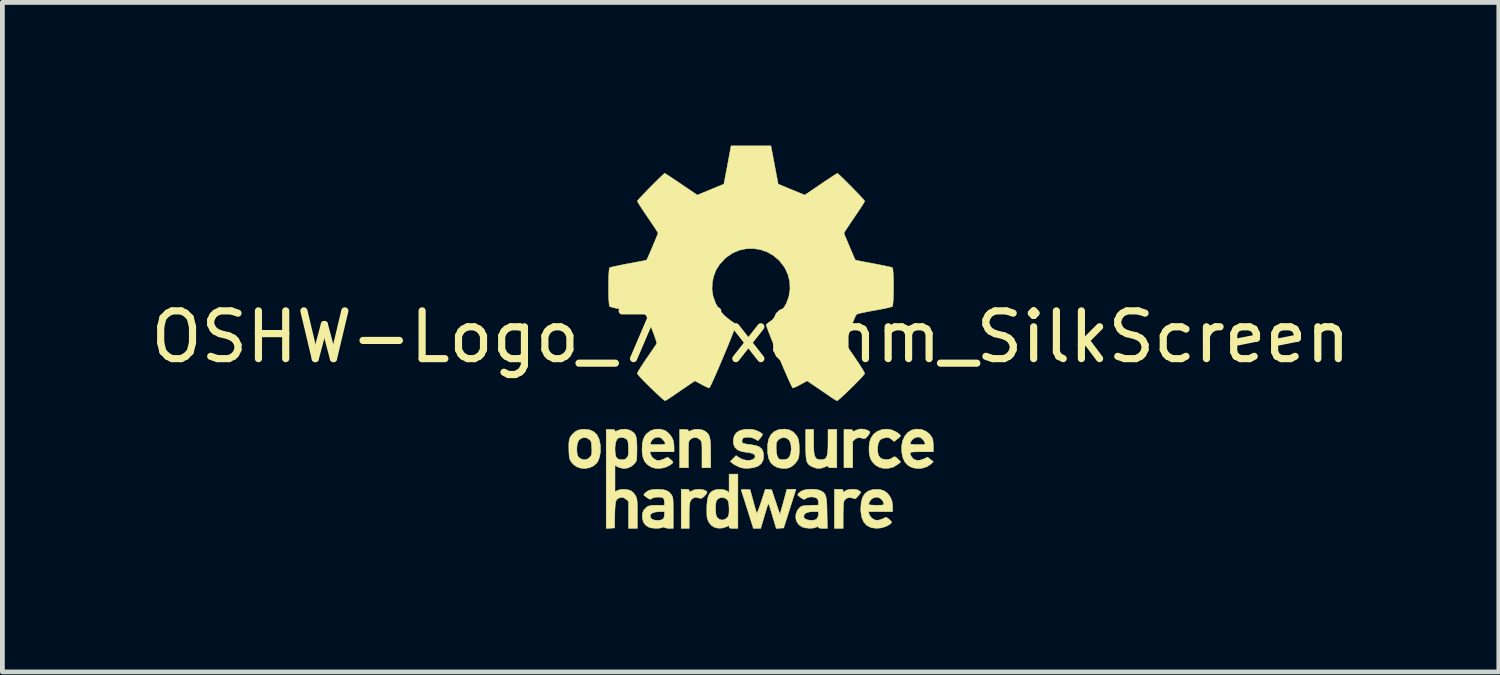
<source format=kicad_pcb>
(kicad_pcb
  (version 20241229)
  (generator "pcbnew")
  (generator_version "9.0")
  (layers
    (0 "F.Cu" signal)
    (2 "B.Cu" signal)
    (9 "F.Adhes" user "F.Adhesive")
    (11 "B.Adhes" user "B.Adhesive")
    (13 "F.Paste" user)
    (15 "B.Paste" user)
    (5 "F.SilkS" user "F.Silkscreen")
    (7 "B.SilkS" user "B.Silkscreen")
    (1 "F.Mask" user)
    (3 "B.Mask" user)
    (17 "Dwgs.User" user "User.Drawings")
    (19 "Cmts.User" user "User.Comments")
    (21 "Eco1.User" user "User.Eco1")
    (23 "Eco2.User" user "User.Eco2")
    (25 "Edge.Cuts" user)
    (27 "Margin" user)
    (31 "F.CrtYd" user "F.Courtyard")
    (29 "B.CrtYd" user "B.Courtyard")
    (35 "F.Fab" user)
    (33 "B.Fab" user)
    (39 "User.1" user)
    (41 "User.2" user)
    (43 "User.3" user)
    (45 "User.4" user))
  (footprint "OSHW-Logo_7.5x8mm_SilkScreen"
    (layer "F.Cu")
    (at 12.673 4.007)
    (property "Reference" "OSHW-Logo_7.5x8mm_SilkScreen" (at 0 0 0) (layer "F.SilkS") (effects (font (size 1 1) (thickness 0.15))))
    (attr board_only exclude_from_pos_files exclude_from_bom allow_missing_courtyard)
    (fp_poly (pts (xy 2.391 1.938) (xy 2.449 1.955) (xy 2.486 1.977) (xy 2.498 1.995) (xy 2.495 2.016) (xy 2.473 2.048) (xy 2.455 2.072) (xy 2.417 2.113) (xy 2.389 2.131) (xy 2.365 2.13) (xy 2.294 2.112) (xy 2.241 2.113) (xy 2.199 2.133) (xy 2.185 2.145) (xy 2.139 2.187) (xy 2.139 2.741) (xy 1.955 2.741) (xy 1.955 1.938) (xy 2.047 1.938) (xy 2.102 1.941) (xy 2.131 1.948) (xy 2.139 1.963) (xy 2.139 1.964) (xy 2.143 1.98) (xy 2.16 1.978) (xy 2.185 1.966) (xy 2.235 1.945) (xy 2.276 1.932) (xy 2.329 1.929) (xy 2.391 1.938)) (stroke (width 0.01) (type solid)) (fill yes) (layer "F.SilkS"))
    (fp_poly (pts (xy 2.173 3.191) (xy 2.237 3.204) (xy 2.274 3.223) (xy 2.312 3.254) (xy 2.258 3.323) (xy 2.224 3.365) (xy 2.201 3.385) (xy 2.178 3.389) (xy 2.145 3.378) (xy 2.129 3.373) (xy 2.066 3.364) (xy 2.007 3.382) (xy 1.964 3.423) (xy 1.957 3.436) (xy 1.95 3.47) (xy 1.944 3.533) (xy 1.94 3.621) (xy 1.938 3.729) (xy 1.938 3.744) (xy 1.938 4.011) (xy 1.755 4.011) (xy 1.755 3.192) (xy 1.847 3.192) (xy 1.9 3.193) (xy 1.927 3.199) (xy 1.937 3.213) (xy 1.938 3.226) (xy 1.938 3.261) (xy 1.982 3.226) (xy 2.033 3.203) (xy 2.101 3.191) (xy 2.173 3.191)) (stroke (width 0.01) (type solid)) (fill yes) (layer "F.SilkS"))
    (fp_poly (pts (xy -1.32 3.193) (xy -1.295 3.201) (xy -1.287 3.217) (xy -1.287 3.225) (xy -1.285 3.246) (xy -1.275 3.249) (xy -1.248 3.235) (xy -1.232 3.225) (xy -1.182 3.204) (xy -1.122 3.194) (xy -1.059 3.193) (xy -0.999 3.201) (xy -0.951 3.216) (xy -0.92 3.237) (xy -0.914 3.264) (xy -0.917 3.272) (xy -0.94 3.302) (xy -0.974 3.339) (xy -0.98 3.345) (xy -1.013 3.373) (xy -1.042 3.382) (xy -1.081 3.376) (xy -1.097 3.371) (xy -1.146 3.361) (xy -1.181 3.366) (xy -1.211 3.382) (xy -1.237 3.403) (xy -1.257 3.43) (xy -1.271 3.467) (xy -1.28 3.52) (xy -1.285 3.593) (xy -1.287 3.693) (xy -1.287 3.753) (xy -1.287 4.011) (xy -1.454 4.011) (xy -1.454 3.192) (xy -1.37 3.192) (xy -1.32 3.193)) (stroke (width 0.01) (type solid)) (fill yes) (layer "F.SilkS"))
    (fp_poly (pts (xy 1.32 2.199) (xy 1.322 2.321) (xy 1.327 2.414) (xy 1.339 2.482) (xy 1.358 2.527) (xy 1.385 2.555) (xy 1.423 2.569) (xy 1.471 2.572) (xy 1.52 2.568) (xy 1.557 2.554) (xy 1.584 2.525) (xy 1.603 2.479) (xy 1.614 2.41) (xy 1.62 2.316) (xy 1.621 2.199) (xy 1.621 1.938) (xy 1.805 1.938) (xy 1.805 2.741) (xy 1.713 2.741) (xy 1.657 2.738) (xy 1.629 2.73) (xy 1.621 2.715) (xy 1.616 2.702) (xy 1.597 2.705) (xy 1.559 2.724) (xy 1.47 2.753) (xy 1.377 2.751) (xy 1.287 2.719) (xy 1.244 2.694) (xy 1.212 2.667) (xy 1.188 2.633) (xy 1.171 2.588) (xy 1.161 2.526) (xy 1.156 2.444) (xy 1.153 2.336) (xy 1.153 2.252) (xy 1.153 1.938) (xy 1.32 1.938) (xy 1.32 2.199)) (stroke (width 0.01) (type solid)) (fill yes) (layer "F.SilkS"))
    (fp_poly (pts (xy -1.002 1.952) (xy -0.96 1.972) (xy -0.92 2.001) (xy -0.889 2.034) (xy -0.867 2.076) (xy -0.852 2.132) (xy -0.842 2.207) (xy -0.838 2.305) (xy -0.836 2.431) (xy -0.836 2.444) (xy -0.836 2.741) (xy -1.019 2.741) (xy -1.019 2.467) (xy -1.019 2.366) (xy -1.02 2.292) (xy -1.023 2.241) (xy -1.028 2.207) (xy -1.035 2.184) (xy -1.047 2.167) (xy -1.063 2.15) (xy -1.12 2.113) (xy -1.183 2.106) (xy -1.242 2.129) (xy -1.262 2.147) (xy -1.278 2.163) (xy -1.288 2.18) (xy -1.296 2.204) (xy -1.3 2.24) (xy -1.302 2.294) (xy -1.303 2.371) (xy -1.303 2.464) (xy -1.303 2.741) (xy -1.487 2.741) (xy -1.487 1.938) (xy -1.395 1.938) (xy -1.34 1.941) (xy -1.312 1.948) (xy -1.303 1.963) (xy -1.303 1.964) (xy -1.3 1.979) (xy -1.283 1.977) (xy -1.249 1.961) (xy -1.173 1.937) (xy -1.086 1.934) (xy -1.002 1.952)) (stroke (width 0.01) (type solid)) (fill yes) (layer "F.SilkS"))
    (fp_poly (pts (xy 2.947 1.945) (xy 3.043 1.987) (xy 3.074 2.007) (xy 3.113 2.037) (xy 3.137 2.062) (xy 3.142 2.069) (xy 3.13 2.087) (xy 3.099 2.117) (xy 3.074 2.137) (xy 3.007 2.191) (xy 2.954 2.147) (xy 2.913 2.118) (xy 2.873 2.108) (xy 2.827 2.11) (xy 2.754 2.128) (xy 2.704 2.166) (xy 2.674 2.227) (xy 2.66 2.314) (xy 2.66 2.314) (xy 2.661 2.412) (xy 2.68 2.484) (xy 2.717 2.533) (xy 2.742 2.549) (xy 2.809 2.57) (xy 2.881 2.57) (xy 2.943 2.55) (xy 2.958 2.54) (xy 2.995 2.515) (xy 3.024 2.511) (xy 3.055 2.53) (xy 3.089 2.563) (xy 3.144 2.619) (xy 3.083 2.669) (xy 2.99 2.726) (xy 2.884 2.753) (xy 2.774 2.751) (xy 2.701 2.733) (xy 2.617 2.687) (xy 2.549 2.616) (xy 2.518 2.565) (xy 2.493 2.492) (xy 2.481 2.401) (xy 2.481 2.301) (xy 2.493 2.205) (xy 2.517 2.125) (xy 2.521 2.117) (xy 2.578 2.036) (xy 2.655 1.978) (xy 2.746 1.942) (xy 2.846 1.931) (xy 2.947 1.945)) (stroke (width 0.01) (type solid)) (fill yes) (layer "F.SilkS"))
    (fp_poly (pts (xy 0.812 1.948) (xy 0.896 1.994) (xy 0.962 2.067) (xy 0.993 2.126) (xy 1.007 2.178) (xy 1.016 2.253) (xy 1.019 2.338) (xy 1.018 2.425) (xy 1.011 2.5) (xy 1.003 2.541) (xy 0.975 2.596) (xy 0.928 2.655) (xy 0.871 2.706) (xy 0.815 2.739) (xy 0.814 2.74) (xy 0.744 2.754) (xy 0.661 2.754) (xy 0.582 2.741) (xy 0.552 2.731) (xy 0.473 2.686) (xy 0.417 2.628) (xy 0.38 2.551) (xy 0.36 2.45) (xy 0.355 2.397) (xy 0.356 2.331) (xy 0.535 2.331) (xy 0.541 2.428) (xy 0.558 2.502) (xy 0.586 2.549) (xy 0.605 2.562) (xy 0.656 2.572) (xy 0.716 2.569) (xy 0.767 2.555) (xy 0.781 2.548) (xy 0.817 2.504) (xy 0.84 2.438) (xy 0.851 2.357) (xy 0.846 2.271) (xy 0.835 2.218) (xy 0.803 2.158) (xy 0.753 2.12) (xy 0.693 2.107) (xy 0.631 2.121) (xy 0.584 2.154) (xy 0.559 2.182) (xy 0.544 2.209) (xy 0.537 2.246) (xy 0.535 2.303) (xy 0.535 2.331) (xy 0.356 2.331) (xy 0.356 2.256) (xy 0.379 2.14) (xy 0.424 2.05) (xy 0.49 1.985) (xy 0.579 1.945) (xy 0.597 1.941) (xy 0.711 1.93) (xy 0.812 1.948)) (stroke (width 0.01) (type solid)) (fill yes) (layer "F.SilkS"))
    (fp_poly (pts (xy 0.374 3.195) (xy 0.44 3.2) (xy 0.527 3.459) (xy 0.613 3.718) (xy 0.64 3.626) (xy 0.656 3.569) (xy 0.678 3.493) (xy 0.701 3.408) (xy 0.713 3.363) (xy 0.759 3.192) (xy 0.949 3.192) (xy 0.893 3.371) (xy 0.865 3.46) (xy 0.831 3.566) (xy 0.796 3.677) (xy 0.764 3.777) (xy 0.692 4.002) (xy 0.537 4.012) (xy 0.495 3.874) (xy 0.469 3.787) (xy 0.441 3.692) (xy 0.416 3.608) (xy 0.415 3.605) (xy 0.397 3.548) (xy 0.381 3.509) (xy 0.369 3.495) (xy 0.367 3.496) (xy 0.359 3.519) (xy 0.343 3.568) (xy 0.322 3.637) (xy 0.297 3.719) (xy 0.284 3.764) (xy 0.211 4.011) (xy 0.057 4.011) (xy -0.065 3.622) (xy -0.1 3.513) (xy -0.131 3.414) (xy -0.158 3.33) (xy -0.179 3.265) (xy -0.193 3.224) (xy -0.197 3.212) (xy -0.193 3.199) (xy -0.168 3.194) (xy -0.116 3.195) (xy -0.108 3.195) (xy -0.011 3.2) (xy 0.053 3.434) (xy 0.076 3.519) (xy 0.097 3.594) (xy 0.114 3.653) (xy 0.124 3.687) (xy 0.126 3.693) (xy 0.134 3.686) (xy 0.15 3.653) (xy 0.173 3.596) (xy 0.199 3.522) (xy 0.222 3.454) (xy 0.308 3.19) (xy 0.374 3.195)) (stroke (width 0.01) (type solid)) (fill yes) (layer "F.SilkS"))
    (fp_poly (pts (xy -3.373 1.947) (xy -3.286 1.986) (xy -3.219 2.05) (xy -3.174 2.141) (xy -3.149 2.257) (xy -3.148 2.276) (xy -3.146 2.404) (xy -3.164 2.516) (xy -3.2 2.608) (xy -3.22 2.637) (xy -3.287 2.699) (xy -3.372 2.739) (xy -3.468 2.756) (xy -3.566 2.748) (xy -3.64 2.721) (xy -3.704 2.677) (xy -3.756 2.62) (xy -3.757 2.618) (xy -3.778 2.583) (xy -3.792 2.547) (xy -3.8 2.502) (xy -3.805 2.438) (xy -3.807 2.385) (xy -3.808 2.338) (xy -3.641 2.338) (xy -3.64 2.385) (xy -3.634 2.448) (xy -3.623 2.488) (xy -3.604 2.517) (xy -3.587 2.534) (xy -3.524 2.569) (xy -3.459 2.574) (xy -3.398 2.548) (xy -3.367 2.52) (xy -3.345 2.492) (xy -3.332 2.464) (xy -3.327 2.429) (xy -3.326 2.376) (xy -3.328 2.327) (xy -3.332 2.256) (xy -3.338 2.211) (xy -3.348 2.181) (xy -3.366 2.159) (xy -3.381 2.146) (xy -3.44 2.112) (xy -3.505 2.11) (xy -3.559 2.13) (xy -3.605 2.172) (xy -3.632 2.241) (xy -3.641 2.338) (xy -3.808 2.338) (xy -3.809 2.281) (xy -3.806 2.203) (xy -3.796 2.145) (xy -3.778 2.099) (xy -3.75 2.058) (xy -3.74 2.046) (xy -3.676 1.985) (xy -3.607 1.95) (xy -3.523 1.935) (xy -3.482 1.934) (xy -3.373 1.947)) (stroke (width 0.01) (type solid)) (fill yes) (layer "F.SilkS"))
    (fp_poly (pts (xy -0.267 4.011) (xy -0.359 4.011) (xy -0.413 4.009) (xy -0.44 4.002) (xy -0.45 3.988) (xy -0.451 3.979) (xy -0.453 3.96) (xy -0.464 3.956) (xy -0.491 3.968) (xy -0.513 3.979) (xy -0.597 4.005) (xy -0.687 4.006) (xy -0.761 3.987) (xy -0.83 3.94) (xy -0.882 3.871) (xy -0.911 3.789) (xy -0.912 3.785) (xy -0.916 3.735) (xy -0.918 3.664) (xy -0.918 3.61) (xy -0.735 3.61) (xy -0.731 3.681) (xy -0.721 3.741) (xy -0.708 3.774) (xy -0.659 3.82) (xy -0.601 3.836) (xy -0.54 3.823) (xy -0.489 3.783) (xy -0.469 3.757) (xy -0.458 3.725) (xy -0.453 3.679) (xy -0.451 3.609) (xy -0.454 3.54) (xy -0.46 3.48) (xy -0.469 3.44) (xy -0.47 3.436) (xy -0.506 3.393) (xy -0.558 3.369) (xy -0.616 3.365) (xy -0.67 3.382) (xy -0.71 3.419) (xy -0.714 3.426) (xy -0.727 3.471) (xy -0.734 3.536) (xy -0.735 3.61) (xy -0.918 3.61) (xy -0.918 3.582) (xy -0.917 3.538) (xy -0.908 3.43) (xy -0.891 3.349) (xy -0.863 3.288) (xy -0.821 3.244) (xy -0.78 3.217) (xy -0.723 3.199) (xy -0.653 3.193) (xy -0.58 3.198) (xy -0.518 3.214) (xy -0.485 3.233) (xy -0.451 3.264) (xy -0.451 2.874) (xy -0.267 2.874) (xy -0.267 4.011)) (stroke (width 0.01) (type solid)) (fill yes) (layer "F.SilkS"))
    (fp_poly (pts (xy 3.559 1.936) (xy 3.602 1.946) (xy 3.684 1.984) (xy 3.754 2.042) (xy 3.802 2.112) (xy 3.809 2.128) (xy 3.818 2.168) (xy 3.825 2.229) (xy 3.827 2.29) (xy 3.827 2.406) (xy 3.584 2.406) (xy 3.484 2.407) (xy 3.414 2.409) (xy 3.369 2.415) (xy 3.346 2.426) (xy 3.341 2.445) (xy 3.35 2.472) (xy 3.366 2.504) (xy 3.41 2.558) (xy 3.472 2.584) (xy 3.547 2.583) (xy 3.632 2.554) (xy 3.706 2.519) (xy 3.767 2.567) (xy 3.828 2.615) (xy 3.77 2.668) (xy 3.694 2.718) (xy 3.599 2.749) (xy 3.498 2.757) (xy 3.4 2.742) (xy 3.384 2.737) (xy 3.298 2.692) (xy 3.234 2.625) (xy 3.19 2.533) (xy 3.166 2.416) (xy 3.166 2.414) (xy 3.164 2.286) (xy 3.172 2.24) (xy 3.342 2.24) (xy 3.358 2.247) (xy 3.4 2.252) (xy 3.462 2.255) (xy 3.502 2.256) (xy 3.576 2.256) (xy 3.622 2.254) (xy 3.646 2.249) (xy 3.654 2.24) (xy 3.652 2.224) (xy 3.65 2.218) (xy 3.621 2.163) (xy 3.574 2.118) (xy 3.532 2.098) (xy 3.477 2.099) (xy 3.421 2.124) (xy 3.374 2.165) (xy 3.346 2.214) (xy 3.342 2.24) (xy 3.172 2.24) (xy 3.185 2.173) (xy 3.228 2.079) (xy 3.289 2.005) (xy 3.366 1.955) (xy 3.457 1.931) (xy 3.559 1.936)) (stroke (width 0.01) (type solid)) (fill yes) (layer "F.SilkS"))
    (fp_poly (pts (xy 0.019 1.936) (xy 0.082 1.948) (xy 0.148 1.973) (xy 0.155 1.976) (xy 0.204 2.002) (xy 0.239 2.026) (xy 0.25 2.042) (xy 0.239 2.067) (xy 0.214 2.105) (xy 0.202 2.119) (xy 0.155 2.174) (xy 0.094 2.138) (xy 0.036 2.114) (xy -0.03 2.101) (xy -0.095 2.101) (xy -0.144 2.113) (xy -0.156 2.12) (xy -0.179 2.154) (xy -0.182 2.194) (xy -0.165 2.225) (xy -0.155 2.231) (xy -0.124 2.238) (xy -0.072 2.247) (xy -0.006 2.255) (xy 0.006 2.257) (xy 0.11 2.275) (xy 0.186 2.306) (xy 0.237 2.352) (xy 0.265 2.416) (xy 0.273 2.495) (xy 0.261 2.585) (xy 0.222 2.655) (xy 0.156 2.707) (xy 0.062 2.739) (xy -0.042 2.752) (xy -0.127 2.752) (xy -0.195 2.74) (xy -0.242 2.724) (xy -0.302 2.696) (xy -0.356 2.664) (xy -0.376 2.65) (xy -0.426 2.609) (xy -0.305 2.486) (xy -0.236 2.532) (xy -0.168 2.566) (xy -0.094 2.584) (xy -0.023 2.586) (xy 0.037 2.572) (xy 0.08 2.543) (xy 0.093 2.518) (xy 0.091 2.479) (xy 0.057 2.449) (xy -0.009 2.428) (xy -0.081 2.418) (xy -0.192 2.4) (xy -0.275 2.365) (xy -0.33 2.313) (xy -0.359 2.243) (xy -0.363 2.16) (xy -0.343 2.073) (xy -0.298 2.007) (xy -0.228 1.962) (xy -0.131 1.938) (xy -0.06 1.933) (xy 0.019 1.936)) (stroke (width 0.01) (type solid)) (fill yes) (layer "F.SilkS"))
    (fp_poly (pts (xy 2.701 3.196) (xy 2.781 3.217) (xy 2.848 3.26) (xy 2.88 3.292) (xy 2.933 3.367) (xy 2.964 3.455) (xy 2.974 3.563) (xy 2.974 3.572) (xy 2.974 3.66) (xy 2.47 3.66) (xy 2.48 3.706) (xy 2.5 3.747) (xy 2.534 3.791) (xy 2.541 3.797) (xy 2.602 3.835) (xy 2.672 3.841) (xy 2.752 3.817) (xy 2.766 3.81) (xy 2.807 3.79) (xy 2.835 3.778) (xy 2.84 3.777) (xy 2.857 3.788) (xy 2.89 3.813) (xy 2.906 3.827) (xy 2.94 3.858) (xy 2.951 3.879) (xy 2.944 3.899) (xy 2.94 3.904) (xy 2.911 3.927) (xy 2.865 3.955) (xy 2.832 3.971) (xy 2.74 4) (xy 2.638 4.009) (xy 2.542 3.998) (xy 2.515 3.99) (xy 2.431 3.946) (xy 2.369 3.877) (xy 2.329 3.783) (xy 2.309 3.663) (xy 2.307 3.601) (xy 2.313 3.51) (xy 2.473 3.51) (xy 2.489 3.517) (xy 2.53 3.522) (xy 2.591 3.525) (xy 2.632 3.526) (xy 2.706 3.525) (xy 2.752 3.523) (xy 2.778 3.517) (xy 2.789 3.507) (xy 2.791 3.493) (xy 2.776 3.448) (xy 2.74 3.403) (xy 2.693 3.369) (xy 2.645 3.355) (xy 2.581 3.368) (xy 2.525 3.403) (xy 2.486 3.455) (xy 2.473 3.51) (xy 2.313 3.51) (xy 2.316 3.469) (xy 2.344 3.363) (xy 2.393 3.284) (xy 2.462 3.23) (xy 2.552 3.2) (xy 2.6 3.195) (xy 2.701 3.196)) (stroke (width 0.01) (type solid)) (fill yes) (layer "F.SilkS"))
    (fp_poly (pts (xy -1.803 1.957) (xy -1.786 1.965) (xy -1.729 2.007) (xy -1.674 2.069) (xy -1.634 2.137) (xy -1.622 2.168) (xy -1.611 2.223) (xy -1.605 2.291) (xy -1.604 2.319) (xy -1.604 2.406) (xy -2.109 2.406) (xy -2.098 2.452) (xy -2.072 2.507) (xy -2.026 2.554) (xy -1.971 2.584) (xy -1.936 2.59) (xy -1.888 2.583) (xy -1.832 2.563) (xy -1.812 2.555) (xy -1.741 2.519) (xy -1.68 2.565) (xy -1.645 2.597) (xy -1.627 2.623) (xy -1.626 2.63) (xy -1.643 2.649) (xy -1.679 2.677) (xy -1.712 2.698) (xy -1.802 2.738) (xy -1.902 2.755) (xy -2.001 2.751) (xy -2.08 2.727) (xy -2.162 2.675) (xy -2.22 2.607) (xy -2.256 2.519) (xy -2.273 2.407) (xy -2.274 2.356) (xy -2.269 2.239) (xy -2.268 2.236) (xy -2.101 2.236) (xy -2.096 2.247) (xy -2.077 2.253) (xy -2.038 2.255) (xy -1.973 2.256) (xy -1.948 2.256) (xy -1.872 2.255) (xy -1.824 2.252) (xy -1.798 2.245) (xy -1.788 2.235) (xy -1.788 2.231) (xy -1.799 2.204) (xy -1.825 2.166) (xy -1.836 2.153) (xy -1.878 2.115) (xy -1.922 2.1) (xy -1.945 2.099) (xy -2.009 2.114) (xy -2.062 2.156) (xy -2.096 2.216) (xy -2.097 2.218) (xy -2.101 2.236) (xy -2.268 2.236) (xy -2.249 2.147) (xy -2.214 2.073) (xy -2.171 2.021) (xy -2.092 1.964) (xy -1.999 1.934) (xy -1.9 1.931) (xy -1.803 1.957)) (stroke (width 0.01) (type solid)) (fill yes) (layer "F.SilkS"))
    (fp_poly (pts (xy 1.38 3.197) (xy 1.45 3.214) (xy 1.471 3.223) (xy 1.51 3.247) (xy 1.541 3.273) (xy 1.563 3.308) (xy 1.579 3.354) (xy 1.589 3.418) (xy 1.596 3.503) (xy 1.6 3.614) (xy 1.601 3.689) (xy 1.607 4.011) (xy 1.514 4.011) (xy 1.457 4.008) (xy 1.428 4) (xy 1.42 3.986) (xy 1.416 3.972) (xy 1.399 3.975) (xy 1.374 3.986) (xy 1.314 4.004) (xy 1.236 4.009) (xy 1.154 4.001) (xy 1.081 3.981) (xy 1.075 3.978) (xy 1.008 3.931) (xy 0.964 3.866) (xy 0.944 3.791) (xy 0.946 3.763) (xy 1.11 3.763) (xy 1.125 3.8) (xy 1.168 3.826) (xy 1.237 3.84) (xy 1.274 3.842) (xy 1.336 3.837) (xy 1.377 3.819) (xy 1.387 3.81) (xy 1.414 3.762) (xy 1.42 3.718) (xy 1.42 3.66) (xy 1.339 3.66) (xy 1.244 3.664) (xy 1.178 3.68) (xy 1.136 3.706) (xy 1.126 3.718) (xy 1.11 3.763) (xy 0.946 3.763) (xy 0.949 3.711) (xy 0.979 3.635) (xy 1.02 3.584) (xy 1.045 3.561) (xy 1.069 3.547) (xy 1.101 3.538) (xy 1.148 3.533) (xy 1.218 3.53) (xy 1.246 3.529) (xy 1.42 3.523) (xy 1.42 3.47) (xy 1.413 3.415) (xy 1.389 3.381) (xy 1.34 3.36) (xy 1.338 3.359) (xy 1.268 3.351) (xy 1.2 3.362) (xy 1.149 3.389) (xy 1.129 3.402) (xy 1.107 3.4) (xy 1.073 3.381) (xy 1.053 3.367) (xy 1.014 3.338) (xy 0.99 3.317) (xy 0.986 3.311) (xy 1.002 3.279) (xy 1.049 3.24) (xy 1.069 3.227) (xy 1.128 3.205) (xy 1.207 3.192) (xy 1.295 3.19) (xy 1.38 3.197)) (stroke (width 0.01) (type solid)) (fill yes) (layer "F.SilkS"))
    (fp_poly (pts (xy -1.84 3.198) (xy -1.761 3.219) (xy -1.701 3.257) (xy -1.659 3.307) (xy -1.646 3.328) (xy -1.636 3.35) (xy -1.629 3.379) (xy -1.625 3.419) (xy -1.622 3.475) (xy -1.621 3.554) (xy -1.621 3.659) (xy -1.621 3.687) (xy -1.621 4.011) (xy -1.701 4.011) (xy -1.752 4.007) (xy -1.79 3.998) (xy -1.8 3.992) (xy -1.826 3.983) (xy -1.852 3.992) (xy -1.896 4.004) (xy -1.959 4.009) (xy -2.029 4.007) (xy -2.093 3.998) (xy -2.131 3.987) (xy -2.203 3.94) (xy -2.248 3.876) (xy -2.269 3.79) (xy -2.269 3.788) (xy -2.267 3.75) (xy -2.106 3.75) (xy -2.091 3.793) (xy -2.068 3.817) (xy -2.022 3.836) (xy -1.961 3.843) (xy -1.899 3.84) (xy -1.849 3.825) (xy -1.835 3.816) (xy -1.811 3.773) (xy -1.805 3.724) (xy -1.805 3.66) (xy -1.897 3.66) (xy -1.985 3.666) (xy -2.052 3.686) (xy -2.093 3.715) (xy -2.106 3.75) (xy -2.267 3.75) (xy -2.265 3.694) (xy -2.234 3.62) (xy -2.175 3.564) (xy -2.167 3.559) (xy -2.133 3.542) (xy -2.09 3.532) (xy -2.03 3.527) (xy -1.959 3.526) (xy -1.805 3.526) (xy -1.805 3.461) (xy -1.811 3.411) (xy -1.828 3.377) (xy -1.83 3.375) (xy -1.867 3.361) (xy -1.923 3.355) (xy -1.986 3.358) (xy -2.04 3.369) (xy -2.073 3.385) (xy -2.091 3.398) (xy -2.109 3.4) (xy -2.135 3.39) (xy -2.174 3.363) (xy -2.232 3.318) (xy -2.238 3.314) (xy -2.235 3.299) (xy -2.212 3.273) (xy -2.177 3.244) (xy -2.139 3.22) (xy -2.127 3.214) (xy -2.083 3.203) (xy -2.019 3.195) (xy -1.947 3.192) (xy -1.943 3.192) (xy -1.84 3.198)) (stroke (width 0.01) (type solid)) (fill yes) (layer "F.SilkS"))
    (fp_poly (pts (xy -2.537 1.952) (xy -2.501 1.97) (xy -2.458 2) (xy -2.426 2.033) (xy -2.405 2.075) (xy -2.391 2.131) (xy -2.384 2.206) (xy -2.381 2.307) (xy -2.381 2.351) (xy -2.382 2.446) (xy -2.384 2.514) (xy -2.387 2.561) (xy -2.394 2.594) (xy -2.405 2.618) (xy -2.416 2.634) (xy -2.485 2.703) (xy -2.567 2.745) (xy -2.656 2.757) (xy -2.745 2.739) (xy -2.773 2.726) (xy -2.841 2.691) (xy -2.841 3.243) (xy -2.791 3.217) (xy -2.727 3.197) (xy -2.647 3.192) (xy -2.567 3.202) (xy -2.507 3.223) (xy -2.457 3.263) (xy -2.414 3.32) (xy -2.411 3.326) (xy -2.397 3.353) (xy -2.387 3.381) (xy -2.381 3.415) (xy -2.376 3.46) (xy -2.374 3.523) (xy -2.373 3.608) (xy -2.373 3.704) (xy -2.373 4.011) (xy -2.557 4.011) (xy -2.557 3.445) (xy -2.608 3.402) (xy -2.662 3.367) (xy -2.712 3.361) (xy -2.763 3.377) (xy -2.79 3.393) (xy -2.81 3.416) (xy -2.825 3.45) (xy -2.834 3.5) (xy -2.84 3.572) (xy -2.844 3.67) (xy -2.845 3.735) (xy -2.849 4.002) (xy -2.937 4.007) (xy -3.025 4.012) (xy -3.025 2.353) (xy -2.841 2.353) (xy -2.836 2.446) (xy -2.82 2.51) (xy -2.791 2.55) (xy -2.745 2.569) (xy -2.699 2.573) (xy -2.646 2.569) (xy -2.612 2.551) (xy -2.59 2.528) (xy -2.573 2.502) (xy -2.563 2.474) (xy -2.558 2.434) (xy -2.558 2.375) (xy -2.559 2.325) (xy -2.563 2.251) (xy -2.568 2.202) (xy -2.577 2.17) (xy -2.591 2.15) (xy -2.605 2.137) (xy -2.661 2.111) (xy -2.727 2.107) (xy -2.765 2.116) (xy -2.803 2.148) (xy -2.827 2.211) (xy -2.84 2.304) (xy -2.841 2.353) (xy -3.025 2.353) (xy -3.025 1.938) (xy -2.933 1.938) (xy -2.878 1.941) (xy -2.849 1.948) (xy -2.841 1.963) (xy -2.841 1.964) (xy -2.837 1.979) (xy -2.82 1.977) (xy -2.786 1.961) (xy -2.708 1.936) (xy -2.62 1.933) (xy -2.537 1.952)) (stroke (width 0.01) (type solid)) (fill yes) (layer "F.SilkS"))
    (fp_poly (pts (xy 0.501 -3.601) (xy 0.577 -3.201) (xy 1.134 -2.971) (xy 1.468 -3.198) (xy 1.562 -3.262) (xy 1.647 -3.318) (xy 1.718 -3.365) (xy 1.773 -3.4) (xy 1.807 -3.421) (xy 1.817 -3.426) (xy 1.833 -3.414) (xy 1.869 -3.382) (xy 1.919 -3.335) (xy 1.981 -3.274) (xy 2.049 -3.206) (xy 2.121 -3.134) (xy 2.191 -3.062) (xy 2.257 -2.994) (xy 2.313 -2.934) (xy 2.357 -2.886) (xy 2.383 -2.854) (xy 2.39 -2.844) (xy 2.38 -2.824) (xy 2.355 -2.781) (xy 2.316 -2.72) (xy 2.265 -2.643) (xy 2.206 -2.556) (xy 2.172 -2.506) (xy 2.11 -2.415) (xy 2.055 -2.333) (xy 2.01 -2.264) (xy 1.976 -2.212) (xy 1.958 -2.181) (xy 1.955 -2.174) (xy 1.961 -2.156) (xy 1.978 -2.113) (xy 2.004 -2.051) (xy 2.035 -1.977) (xy 2.069 -1.897) (xy 2.103 -1.816) (xy 2.136 -1.741) (xy 2.163 -1.677) (xy 2.184 -1.632) (xy 2.195 -1.61) (xy 2.195 -1.609) (xy 2.212 -1.605) (xy 2.257 -1.596) (xy 2.326 -1.582) (xy 2.414 -1.565) (xy 2.515 -1.546) (xy 2.575 -1.535) (xy 2.683 -1.514) (xy 2.781 -1.495) (xy 2.864 -1.477) (xy 2.926 -1.463) (xy 2.963 -1.453) (xy 2.97 -1.449) (xy 2.978 -1.427) (xy 2.983 -1.378) (xy 2.988 -1.307) (xy 2.991 -1.219) (xy 2.993 -1.122) (xy 2.993 -1.02) (xy 2.992 -0.919) (xy 2.989 -0.825) (xy 2.985 -0.745) (xy 2.98 -0.683) (xy 2.974 -0.646) (xy 2.97 -0.638) (xy 2.946 -0.629) (xy 2.896 -0.615) (xy 2.827 -0.6) (xy 2.744 -0.583) (xy 2.715 -0.578) (xy 2.576 -0.552) (xy 2.465 -0.532) (xy 2.381 -0.515) (xy 2.319 -0.502) (xy 2.274 -0.492) (xy 2.245 -0.483) (xy 2.227 -0.475) (xy 2.216 -0.467) (xy 2.214 -0.465) (xy 2.199 -0.44) (xy 2.176 -0.391) (xy 2.148 -0.324) (xy 2.116 -0.246) (xy 2.083 -0.161) (xy 2.051 -0.077) (xy 2.023 0.001) (xy 2 0.067) (xy 1.986 0.114) (xy 1.982 0.138) (xy 1.983 0.139) (xy 1.995 0.158) (xy 2.024 0.2) (xy 2.065 0.262) (xy 2.117 0.337) (xy 2.175 0.422) (xy 2.192 0.446) (xy 2.251 0.534) (xy 2.303 0.614) (xy 2.346 0.682) (xy 2.375 0.733) (xy 2.389 0.762) (xy 2.39 0.766) (xy 2.378 0.785) (xy 2.346 0.823) (xy 2.298 0.875) (xy 2.237 0.938) (xy 2.169 1.007) (xy 2.096 1.079) (xy 2.024 1.149) (xy 1.956 1.214) (xy 1.896 1.269) (xy 1.849 1.31) (xy 1.818 1.333) (xy 1.809 1.337) (xy 1.79 1.328) (xy 1.749 1.304) (xy 1.695 1.268) (xy 1.653 1.24) (xy 1.577 1.187) (xy 1.487 1.126) (xy 1.397 1.064) (xy 1.348 1.031) (xy 1.184 0.92) (xy 1.046 0.995) (xy 0.983 1.028) (xy 0.93 1.053) (xy 0.893 1.067) (xy 0.884 1.069) (xy 0.873 1.055) (xy 0.851 1.013) (xy 0.82 0.947) (xy 0.782 0.863) (xy 0.738 0.762) (xy 0.689 0.65) (xy 0.638 0.531) (xy 0.586 0.407) (xy 0.534 0.283) (xy 0.485 0.164) (xy 0.439 0.052) (xy 0.4 -0.049) (xy 0.367 -0.134) (xy 0.343 -0.199) (xy 0.33 -0.241) (xy 0.327 -0.256) (xy 0.345 -0.274) (xy 0.382 -0.304) (xy 0.432 -0.34) (xy 0.437 -0.343) (xy 0.566 -0.446) (xy 0.671 -0.567) (xy 0.749 -0.702) (xy 0.801 -0.846) (xy 0.825 -0.996) (xy 0.82 -1.147) (xy 0.785 -1.297) (xy 0.72 -1.441) (xy 0.701 -1.472) (xy 0.601 -1.599) (xy 0.483 -1.701) (xy 0.352 -1.777) (xy 0.21 -1.827) (xy 0.062 -1.851) (xy -0.087 -1.848) (xy -0.234 -1.817) (xy -0.375 -1.758) (xy -0.505 -1.67) (xy -0.545 -1.634) (xy -0.648 -1.522) (xy -0.723 -1.405) (xy -0.774 -1.273) (xy -0.802 -1.142) (xy -0.809 -0.996) (xy -0.786 -0.848) (xy -0.734 -0.705) (xy -0.657 -0.571) (xy -0.556 -0.452) (xy -0.434 -0.351) (xy -0.418 -0.34) (xy -0.368 -0.306) (xy -0.329 -0.276) (xy -0.311 -0.256) (xy -0.31 -0.256) (xy -0.314 -0.235) (xy -0.33 -0.188) (xy -0.356 -0.118) (xy -0.39 -0.03) (xy -0.431 0.073) (xy -0.477 0.187) (xy -0.527 0.307) (xy -0.579 0.431) (xy -0.631 0.554) (xy -0.682 0.673) (xy -0.73 0.783) (xy -0.773 0.88) (xy -0.81 0.962) (xy -0.84 1.023) (xy -0.86 1.06) (xy -0.868 1.069) (xy -0.892 1.062) (xy -0.938 1.042) (xy -0.997 1.012) (xy -1.029 0.995) (xy -1.167 0.92) (xy -1.331 1.031) (xy -1.415 1.088) (xy -1.507 1.151) (xy -1.593 1.21) (xy -1.636 1.24) (xy -1.697 1.28) (xy -1.748 1.313) (xy -1.783 1.332) (xy -1.795 1.337) (xy -1.812 1.325) (xy -1.849 1.294) (xy -1.902 1.246) (xy -1.969 1.184) (xy -2.045 1.111) (xy -2.093 1.065) (xy -2.178 0.982) (xy -2.251 0.908) (xy -2.309 0.846) (xy -2.351 0.799) (xy -2.371 0.77) (xy -2.373 0.764) (xy -2.364 0.742) (xy -2.338 0.696) (xy -2.299 0.633) (xy -2.249 0.556) (xy -2.192 0.47) (xy -2.175 0.446) (xy -2.115 0.359) (xy -2.062 0.281) (xy -2.017 0.215) (xy -1.985 0.167) (xy -1.968 0.142) (xy -1.966 0.139) (xy -1.968 0.118) (xy -1.982 0.073) (xy -2.003 0.008) (xy -2.031 -0.069) (xy -2.062 -0.152) (xy -2.095 -0.237) (xy -2.128 -0.317) (xy -2.157 -0.385) (xy -2.181 -0.436) (xy -2.197 -0.464) (xy -2.198 -0.465) (xy -2.208 -0.473) (xy -2.224 -0.481) (xy -2.251 -0.49) (xy -2.292 -0.5) (xy -2.351 -0.512) (xy -2.431 -0.528) (xy -2.536 -0.548) (xy -2.669 -0.572) (xy -2.698 -0.578) (xy -2.784 -0.594) (xy -2.859 -0.61) (xy -2.916 -0.625) (xy -2.949 -0.635) (xy -2.953 -0.638) (xy -2.96 -0.66) (xy -2.966 -0.71) (xy -2.971 -0.782) (xy -2.974 -0.869) (xy -2.976 -0.967) (xy -2.976 -1.069) (xy -2.975 -1.169) (xy -2.973 -1.263) (xy -2.969 -1.343) (xy -2.964 -1.405) (xy -2.958 -1.442) (xy -2.954 -1.449) (xy -2.932 -1.457) (xy -2.882 -1.469) (xy -2.809 -1.485) (xy -2.718 -1.504) (xy -2.614 -1.525) (xy -2.558 -1.535) (xy -2.45 -1.555) (xy -2.355 -1.573) (xy -2.275 -1.589) (xy -2.217 -1.6) (xy -2.184 -1.608) (xy -2.179 -1.609) (xy -2.17 -1.627) (xy -2.15 -1.669) (xy -2.123 -1.73) (xy -2.091 -1.804) (xy -2.057 -1.885) (xy -2.023 -1.966) (xy -1.991 -2.041) (xy -1.965 -2.105) (xy -1.947 -2.151) (xy -1.939 -2.174) (xy -1.938 -2.175) (xy -1.948 -2.193) (xy -1.973 -2.234) (xy -2.012 -2.295) (xy -2.063 -2.37) (xy -2.122 -2.457) (xy -2.156 -2.507) (xy -2.218 -2.598) (xy -2.273 -2.681) (xy -2.319 -2.751) (xy -2.352 -2.804) (xy -2.37 -2.837) (xy -2.373 -2.844) (xy -2.362 -2.861) (xy -2.33 -2.897) (xy -2.283 -2.948) (xy -2.224 -3.011) (xy -2.157 -3.08) (xy -2.086 -3.153) (xy -2.014 -3.224) (xy -1.947 -3.291) (xy -1.888 -3.348) (xy -1.841 -3.392) (xy -1.81 -3.419) (xy -1.799 -3.426) (xy -1.782 -3.417) (xy -1.742 -3.391) (xy -1.682 -3.352) (xy -1.606 -3.302) (xy -1.518 -3.243) (xy -1.452 -3.198) (xy -1.117 -2.971) (xy -0.839 -3.086) (xy -0.56 -3.201) (xy -0.484 -3.601) (xy -0.409 -4.002) (xy 0.425 -4.002) (xy 0.501 -3.601)) (stroke (width 0.01) (type solid)) (fill yes) (layer "F.SilkS")))
  (gr_rect
    (start -3 -3)
    (end 28.345 11.024)
    (stroke (width 0.1) (type default))
    (fill no)
    (layer "Edge.Cuts")))
</source>
